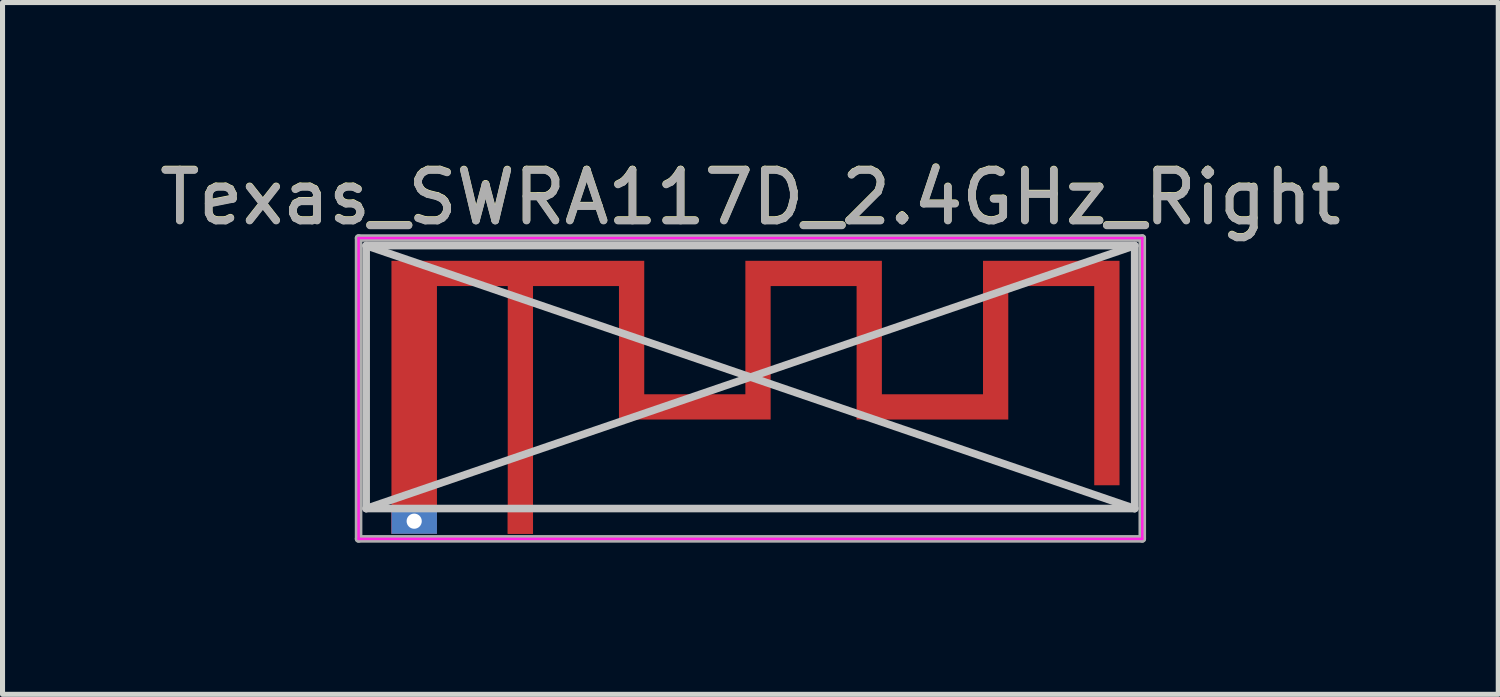
<source format=kicad_pcb>
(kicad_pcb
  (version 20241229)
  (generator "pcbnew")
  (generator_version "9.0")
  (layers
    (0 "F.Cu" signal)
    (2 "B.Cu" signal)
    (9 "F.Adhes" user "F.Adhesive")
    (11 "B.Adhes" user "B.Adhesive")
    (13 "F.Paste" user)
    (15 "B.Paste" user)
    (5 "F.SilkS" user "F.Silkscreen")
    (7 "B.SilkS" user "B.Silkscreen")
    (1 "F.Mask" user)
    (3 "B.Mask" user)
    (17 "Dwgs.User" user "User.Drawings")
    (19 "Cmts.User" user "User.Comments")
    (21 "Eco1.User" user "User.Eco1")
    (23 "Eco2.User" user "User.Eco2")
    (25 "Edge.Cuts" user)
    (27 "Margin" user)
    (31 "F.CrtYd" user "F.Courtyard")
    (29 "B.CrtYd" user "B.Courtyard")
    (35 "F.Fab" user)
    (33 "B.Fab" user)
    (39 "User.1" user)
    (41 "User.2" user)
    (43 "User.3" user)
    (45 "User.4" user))
  (footprint "Texas_SWRA117D_2.4GHz_Right"
    (layer "F.Cu")
    (at 7.242 7.258)
    (property "Reference" "Texas_SWRA117D_2.4GHz_Right" (at 4.55 -6.41 0) (layer "F.SilkS") (effects (font (size 1 1) (thickness 0.15))))
    (attr exclude_from_pos_files exclude_from_bom)
    (fp_poly (pts (xy 2.45 -2.51) (xy 4.45 -2.51) (xy 4.45 -5.15) (xy 7.15 -5.15) (xy 7.15 -2.51) (xy 9.15 -2.51) (xy 9.15 -5.15) (xy 11.85 -5.15) (xy 11.85 -0.71) (xy 11.35 -0.71) (xy 11.35 -4.65) (xy 9.65 -4.65) (xy 9.65 -2.01) (xy 6.65 -2.01) (xy 6.65 -4.65) (xy 4.95 -4.65) (xy 4.95 -2.01) (xy 1.95 -2.01) (xy 1.95 -4.65) (xy 0.25 -4.65) (xy 0.25 0.25) (xy -0.25 0.25) (xy -0.25 -4.65) (xy -1.65 -4.65) (xy -1.65 0.25) (xy -2.55 0.25) (xy -2.55 0.007) (xy -2.248 0.007) (xy -2.238 0.054) (xy -2.214 0.097) (xy -2.176 0.13) (xy -2.168 0.134) (xy -2.125 0.146) (xy -2.077 0.145) (xy -2.031 0.132) (xy -2.013 0.122) (xy -1.979 0.087) (xy -1.958 0.041) (xy -1.952 -0.008) (xy -1.96 -0.056) (xy -1.977 -0.089) (xy -2.012 -0.121) (xy -2.058 -0.141) (xy -2.107 -0.148) (xy -2.155 -0.14) (xy -2.188 -0.123) (xy -2.223 -0.086) (xy -2.243 -0.042) (xy -2.248 0.007) (xy -2.55 0.007) (xy -2.55 -5.15) (xy 2.45 -5.15) (xy 2.45 -2.51)) (stroke (width 0) (type solid)) (fill yes) (layer "F.Cu"))
    (fp_line (start -3.05 -5.45) (end 12.15 -5.45) (stroke (width 0.15) (type solid)) (layer "Dwgs.User"))
    (fp_line (start -3.05 -5.45) (end 12.15 -0.25) (stroke (width 0.15) (type solid)) (layer "Dwgs.User"))
    (fp_line (start -3.05 -0.25) (end -3.05 -5.45) (stroke (width 0.15) (type solid)) (layer "Dwgs.User"))
    (fp_line (start -3.05 -0.25) (end 12.15 -5.45) (stroke (width 0.15) (type solid)) (layer "Dwgs.User"))
    (fp_line (start -3.05 -0.25) (end 12.15 -0.25) (stroke (width 0.15) (type solid)) (layer "Dwgs.User"))
    (fp_line (start 12.15 -0.25) (end 12.15 -5.45) (stroke (width 0.15) (type solid)) (layer "Dwgs.User"))
    (fp_line (start -3.2 -5.6) (end 12.3 -5.6) (stroke (width 0.05) (type solid)) (layer "F.CrtYd"))
    (fp_line (start -3.2 0.35) (end -3.2 -5.6) (stroke (width 0.05) (type solid)) (layer "F.CrtYd"))
    (fp_line (start 12.3 -5.6) (end 12.3 0.35) (stroke (width 0.05) (type solid)) (layer "F.CrtYd"))
    (fp_line (start 12.3 0.35) (end -3.2 0.35) (stroke (width 0.05) (type solid)) (layer "F.CrtYd"))
    (fp_line (start -3.2 -5.6) (end 12.3 -5.6) (stroke (width 0.15) (type solid)) (layer "F.Fab"))
    (fp_line (start -3.2 0.35) (end -3.2 -5.6) (stroke (width 0.15) (type solid)) (layer "F.Fab"))
    (fp_line (start 12.3 -5.6) (end 12.3 0.35) (stroke (width 0.15) (type solid)) (layer "F.Fab"))
    (fp_line (start 12.3 0.35) (end -3.2 0.35) (stroke (width 0.15) (type solid)) (layer "F.Fab"))
    (fp_text user "${REFERENCE}" (at 4.55 -6.4 0) (layer "F.Fab") (effects (font (size 1 1) (thickness 0.15))))
    (pad "1" connect rect (at 0 0) (size 0.5 0.5) (layers "F.Cu"))
    (pad "2" thru_hole rect (at -2.1 0) (size 0.9 0.5) (drill 0.3) (layers "*.Cu")))
  (gr_rect
    (start -3 -3)
    (end 26.583 10.683)
    (stroke (width 0.1) (type default))
    (fill no)
    (layer "Edge.Cuts")))
</source>
